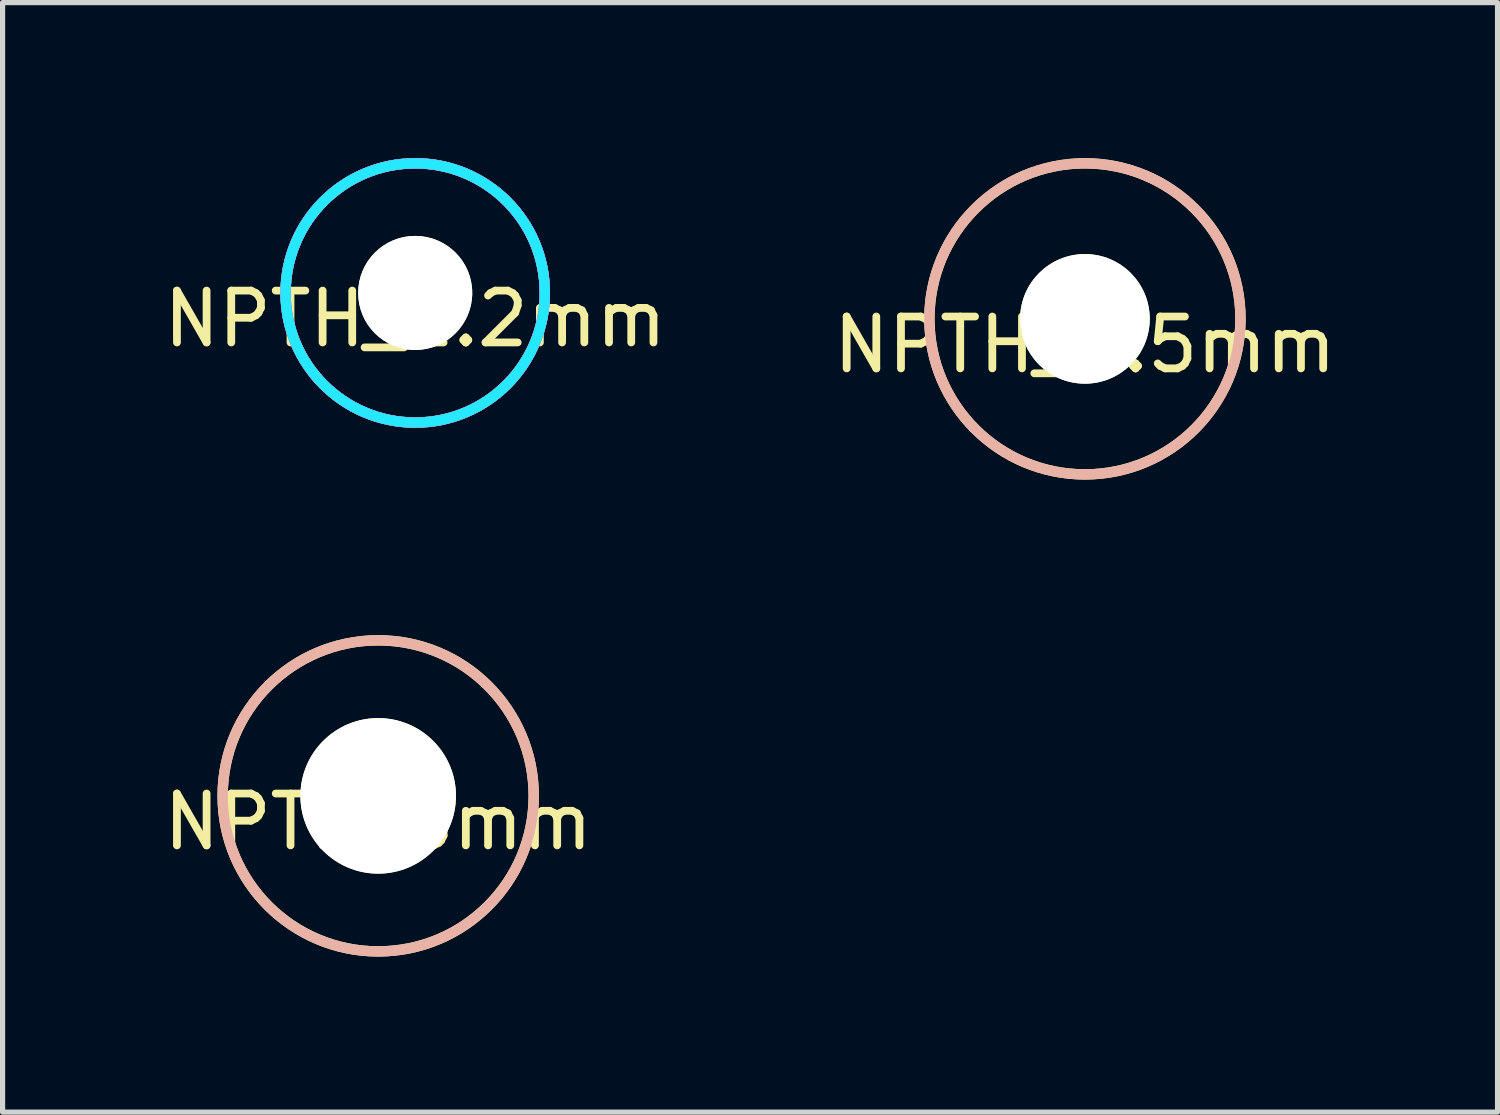
<source format=kicad_pcb>
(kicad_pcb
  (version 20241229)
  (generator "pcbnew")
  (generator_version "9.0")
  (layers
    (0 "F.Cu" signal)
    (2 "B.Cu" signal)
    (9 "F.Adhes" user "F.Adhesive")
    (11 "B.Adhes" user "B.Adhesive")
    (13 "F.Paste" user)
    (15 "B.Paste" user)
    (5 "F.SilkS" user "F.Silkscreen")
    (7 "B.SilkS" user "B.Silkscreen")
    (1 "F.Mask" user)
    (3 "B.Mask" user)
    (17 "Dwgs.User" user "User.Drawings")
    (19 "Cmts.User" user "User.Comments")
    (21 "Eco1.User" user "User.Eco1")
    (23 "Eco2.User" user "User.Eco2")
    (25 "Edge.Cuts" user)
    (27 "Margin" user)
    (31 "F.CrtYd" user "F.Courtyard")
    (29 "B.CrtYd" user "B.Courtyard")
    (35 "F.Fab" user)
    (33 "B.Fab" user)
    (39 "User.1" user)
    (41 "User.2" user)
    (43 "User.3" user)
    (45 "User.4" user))
  (footprint "NPTH_3mm"
    (layer "F.Cu")
    (at 4.244 12.3)
    (property "Reference" "NPTH_3mm" (at 0 0.5 0) (layer "F.SilkS") (effects (font (size 1 1) (thickness 0.15))))
    (attr through_hole)
    (fp_circle (center 0 0) (end 0 3) (stroke (width 0.2) (type solid)) (fill no) (layer "F.SilkS"))
    (fp_circle (center 0 0) (end 3 0) (stroke (width 0.2) (type solid)) (fill no) (layer "B.SilkS"))
    (pad "" np_thru_hole circle (at 0 0) (size 3 3) (drill 3) (layers "*.Cu" "*.Mask" "F.SilkS")))
  (footprint "NPTH_2.5mm"
    (layer "F.Cu")
    (at 17.875 3.1)
    (property "Reference" "NPTH_2.5mm" (at 0 0.5 0) (layer "F.SilkS") (effects (font (size 1 1) (thickness 0.15))))
    (attr through_hole)
    (fp_circle (center 0 0) (end 0 3) (stroke (width 0.2) (type solid)) (fill no) (layer "F.SilkS"))
    (fp_circle (center 0 0) (end 3 0) (stroke (width 0.2) (type solid)) (fill no) (layer "B.SilkS"))
    (pad "" np_thru_hole circle (at 0 0) (size 2.5 2.5) (drill 2.5) (layers "*.Cu" "*.Mask" "F.SilkS")))
  (footprint "NPTH_2.2mm"
    (layer "F.Cu")
    (at 4.958 2.6)
    (property "Reference" "NPTH_2.2mm" (at 0 0.5 0) (layer "F.SilkS") (effects (font (size 1 1) (thickness 0.15))))
    (attr through_hole)
    (fp_circle (center 0 0) (end 0 2.5) (stroke (width 0.2) (type solid)) (fill no) (layer "F.SilkS"))
    (fp_circle (center 0 0) (end 2.5 0) (stroke (width 0.2) (type solid)) (fill no) (layer "B.SilkS"))
    (fp_circle (center 0 0) (end 2.5 0) (stroke (width 0.2) (type solid)) (fill no) (layer "B.CrtYd"))
    (fp_circle (center 0 0) (end 2.5 0) (stroke (width 0.2) (type solid)) (fill no) (layer "F.CrtYd"))
    (pad "" np_thru_hole circle (at 0 0) (size 2.2 2.2) (drill 2.2) (layers "*.Cu" "*.Mask" "F.SilkS")))
  (gr_rect
    (start -3 -3)
    (end 25.833 18.4)
    (stroke (width 0.1) (type default))
    (fill no)
    (layer "Edge.Cuts")))
</source>
